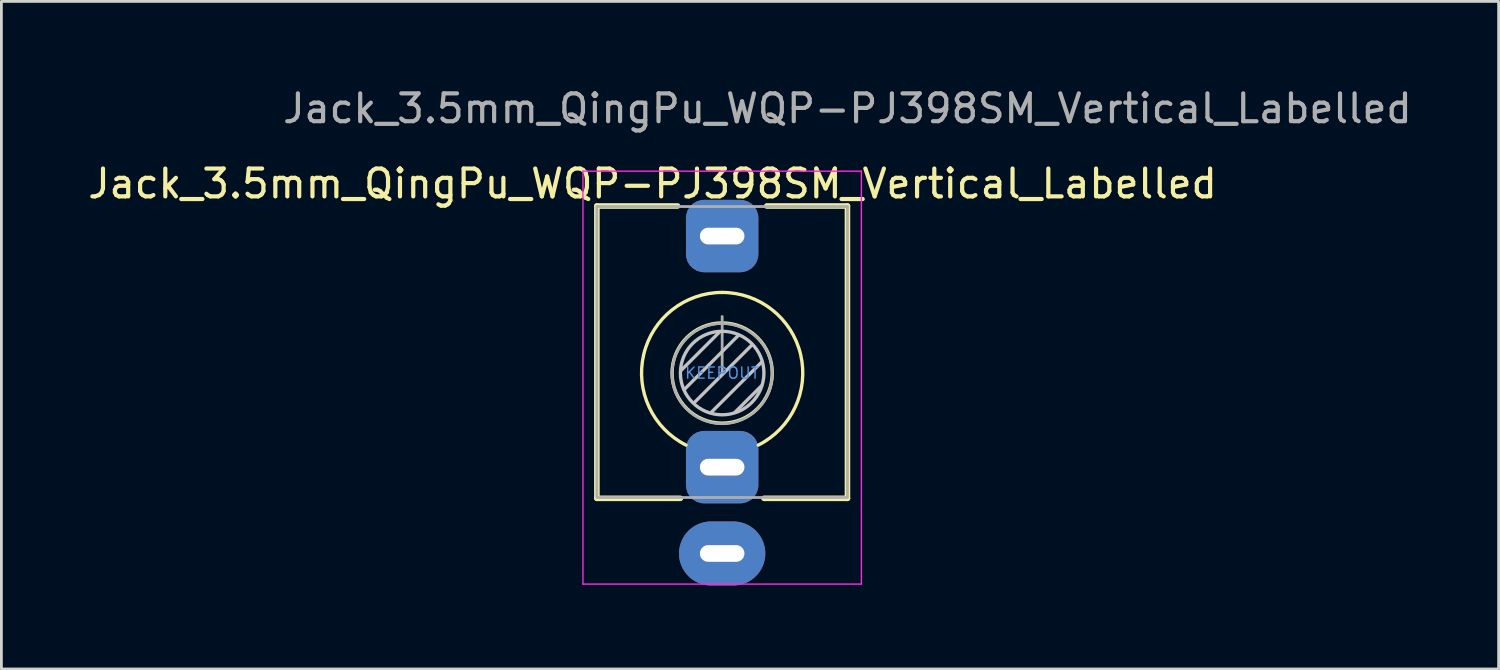
<source format=kicad_pcb>
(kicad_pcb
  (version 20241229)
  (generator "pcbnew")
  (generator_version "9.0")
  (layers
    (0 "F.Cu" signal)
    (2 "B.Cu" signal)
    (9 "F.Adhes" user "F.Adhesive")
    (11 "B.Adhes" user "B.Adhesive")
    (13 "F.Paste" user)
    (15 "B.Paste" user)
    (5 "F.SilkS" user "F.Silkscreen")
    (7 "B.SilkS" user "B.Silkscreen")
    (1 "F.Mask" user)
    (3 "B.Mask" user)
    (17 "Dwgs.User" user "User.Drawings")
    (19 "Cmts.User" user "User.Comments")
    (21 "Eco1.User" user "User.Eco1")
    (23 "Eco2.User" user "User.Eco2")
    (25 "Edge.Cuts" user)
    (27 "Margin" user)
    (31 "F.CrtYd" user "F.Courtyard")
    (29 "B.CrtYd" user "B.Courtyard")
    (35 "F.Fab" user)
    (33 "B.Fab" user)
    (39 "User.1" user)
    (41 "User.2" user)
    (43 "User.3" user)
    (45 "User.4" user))
  (footprint "Jack_3.5mm_QingPu_WQP-PJ398SM_Vertical_Labelled"
    (layer "F.Cu")
    (at 22.887 10.348)
    (property "Reference" "Jack_3.5mm_QingPu_WQP-PJ398SM_Vertical_Labelled" (at -2.5 -6.8 0) (layer "F.SilkS") (effects (font (size 1 1) (thickness 0.15))))
    (attr through_hole)
    (fp_line (start -4.5 -6) (end -1.6 -6) (stroke (width 0.2) (type solid)) (layer "F.SilkS"))
    (fp_line (start -4.5 4.5) (end -4.5 -6) (stroke (width 0.2) (type solid)) (layer "F.SilkS"))
    (fp_line (start -4.5 4.5) (end -1.5 4.5) (stroke (width 0.2) (type solid)) (layer "F.SilkS"))
    (fp_line (start 1.5 4.5) (end 4.5 4.5) (stroke (width 0.2) (type solid)) (layer "F.SilkS"))
    (fp_line (start 1.6 -6) (end 4.5 -6) (stroke (width 0.2) (type solid)) (layer "F.SilkS"))
    (fp_line (start 4.5 4.5) (end 4.5 -6) (stroke (width 0.2) (type solid)) (layer "F.SilkS"))
    (fp_arc (start -1.296263 2.588577) (mid -2.817353 -0.665994) (end 0 -2.895) (stroke (width 0.12) (type solid)) (layer "F.SilkS"))
    (fp_arc (start 0 -2.895) (mid 2.817353 -0.665994) (end 1.296263 2.588577) (stroke (width 0.12) (type solid)) (layer "F.SilkS"))
    (fp_circle (center 0 0) (end -1.8 0) (stroke (width 0.12) (type solid)) (fill no) (layer "F.SilkS"))
    (fp_line (start -0.09 -1.48) (end -1.48 -0.09) (stroke (width 0.12) (type solid)) (layer "Dwgs.User"))
    (fp_line (start 0.58 -1.35) (end -1.36 0.59) (stroke (width 0.12) (type solid)) (layer "Dwgs.User"))
    (fp_line (start 1.07 -1.01) (end -1.01 1.07) (stroke (width 0.12) (type solid)) (layer "Dwgs.User"))
    (fp_line (start 1.41 0.46) (end 0.46 1.41) (stroke (width 0.12) (type solid)) (layer "Dwgs.User"))
    (fp_line (start 1.42 -0.395) (end -0.4 1.42) (stroke (width 0.12) (type solid)) (layer "Dwgs.User"))
    (fp_circle (center 0 0) (end -1.5 0) (stroke (width 0.12) (type solid)) (fill no) (layer "Dwgs.User"))
    (fp_line (start -5 -7.25) (end -5 7.58) (stroke (width 0.05) (type solid)) (layer "F.CrtYd"))
    (fp_line (start -5 -7.25) (end 5 -7.25) (stroke (width 0.05) (type solid)) (layer "F.CrtYd"))
    (fp_line (start -5 7.58) (end 5 7.58) (stroke (width 0.05) (type solid)) (layer "F.CrtYd"))
    (fp_line (start 5 -7.25) (end 5 7.58) (stroke (width 0.05) (type solid)) (layer "F.CrtYd"))
    (fp_line (start -4.5 -5.98) (end -4.5 4.42) (stroke (width 0.1) (type solid)) (layer "F.Fab"))
    (fp_line (start -4.5 -5.98) (end 4.5 -5.98) (stroke (width 0.1) (type solid)) (layer "F.Fab"))
    (fp_line (start -4.5 4.47) (end 4.5 4.47) (stroke (width 0.1) (type solid)) (layer "F.Fab"))
    (fp_line (start 0 0) (end 0 -2.03) (stroke (width 0.1) (type solid)) (layer "F.Fab"))
    (fp_line (start 4.5 -5.98) (end 4.5 4.42) (stroke (width 0.1) (type solid)) (layer "F.Fab"))
    (fp_circle (center 0 0.02) (end -1.8 0.02) (stroke (width 0.1) (type solid)) (fill no) (layer "F.Fab"))
    (fp_text user "KEEPOUT" (at 0 0 180) (layer "Cmts.User") (effects (font (size 0.4 0.4) (thickness 0.051))))
    (fp_text user "${REFERENCE}" (at 4.5 -9.5 0) (layer "F.Fab") (effects (font (size 1 1) (thickness 0.15))))
    (pad "S" thru_hole oval (at 0 6.48) (size 3.1 2.3) (drill oval 1.6 0.6) (layers "*.Cu" "*.Mask"))
    (pad "T" thru_hole roundrect (at 0 -4.92) (size 2.6 2.6) (drill oval 1.6 0.6) (layers "*.Cu" "*.Mask") (roundrect_rratio 0.25))
    (pad "TN" thru_hole roundrect (at 0 3.38) (size 2.6 2.6) (drill oval 1.6 0.6) (layers "*.Cu" "*.Mask") (roundrect_rratio 0.25)))
  (gr_rect
    (start -3 -3)
    (end 50.774 20.978)
    (stroke (width 0.1) (type default))
    (fill no)
    (layer "Edge.Cuts")))
</source>
